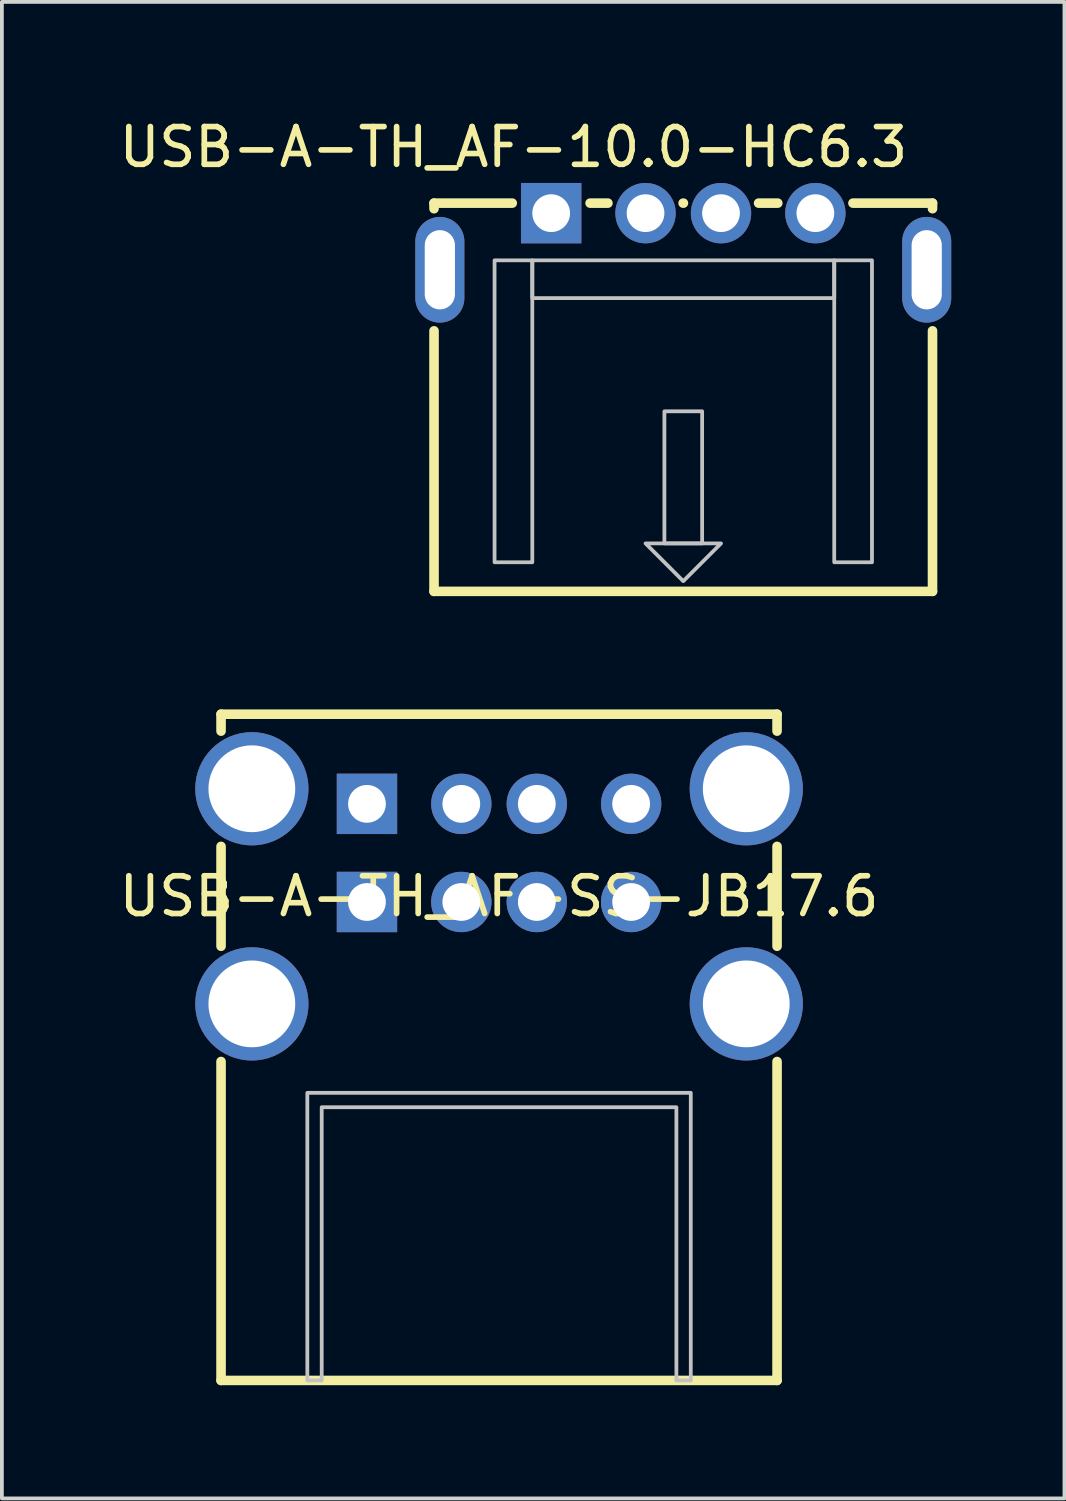
<source format=kicad_pcb>
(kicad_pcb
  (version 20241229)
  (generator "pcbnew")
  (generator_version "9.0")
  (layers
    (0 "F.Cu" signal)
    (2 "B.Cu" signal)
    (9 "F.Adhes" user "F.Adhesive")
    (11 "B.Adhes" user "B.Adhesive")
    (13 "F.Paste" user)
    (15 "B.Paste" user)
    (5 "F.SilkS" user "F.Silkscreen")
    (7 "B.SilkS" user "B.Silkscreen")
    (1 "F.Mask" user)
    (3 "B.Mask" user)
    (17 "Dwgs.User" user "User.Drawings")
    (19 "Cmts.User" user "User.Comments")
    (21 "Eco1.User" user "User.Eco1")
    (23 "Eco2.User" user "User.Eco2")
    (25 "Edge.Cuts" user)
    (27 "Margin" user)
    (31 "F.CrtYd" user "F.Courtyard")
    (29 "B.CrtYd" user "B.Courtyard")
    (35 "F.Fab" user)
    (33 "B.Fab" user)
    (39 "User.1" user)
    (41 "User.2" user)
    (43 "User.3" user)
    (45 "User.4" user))
  (footprint "USB-A-TH_AF-SS-JB17.6"
    (layer "F.Cu")
    (at 10.173 20.699)
    (property "Reference" "USB-A-TH_AF-SS-JB17.6" (at 0 0 0) (layer "F.SilkS") (effects (font (size 1 1) (thickness 0.15))))
    (fp_line (start -7.366 -4.826) (end 7.366 -4.826) (stroke (width 0.254) (type default)) (layer "F.SilkS"))
    (fp_line (start -7.366 -4.377) (end -7.366 -4.826) (stroke (width 0.254) (type default)) (layer "F.SilkS"))
    (fp_line (start -7.366 1.323) (end -7.366 -1.323) (stroke (width 0.254) (type default)) (layer "F.SilkS"))
    (fp_line (start -7.366 12.827) (end -7.366 4.377) (stroke (width 0.254) (type default)) (layer "F.SilkS"))
    (fp_line (start 7.366 -4.826) (end 7.366 -4.377) (stroke (width 0.254) (type default)) (layer "F.SilkS"))
    (fp_line (start 7.366 -1.323) (end 7.366 1.323) (stroke (width 0.254) (type default)) (layer "F.SilkS"))
    (fp_line (start 7.366 4.377) (end 7.366 12.827) (stroke (width 0.254) (type default)) (layer "F.SilkS"))
    (fp_line (start 7.366 12.827) (end -7.366 12.827) (stroke (width 0.254) (type default)) (layer "F.SilkS"))
    (fp_poly (pts (xy -5.08 12.827) (xy -5.08 5.207) (xy 5.08 5.207) (xy 5.08 12.827) (xy 4.699 12.827) (xy 4.699 5.588) (xy -4.699 5.588) (xy -4.699 12.827)) (stroke (width 0.1) (type default)) (fill no) (layer "Dwgs.User"))
    (fp_poly (pts (xy -6.7 -3.85) (xy -6.4 -3.85) (xy -6.4 -1.85) (xy -6.7 -1.85)) (stroke (width 0.1) (type default)) (fill no) (layer "User.1"))
    (fp_poly (pts (xy -6.7 1.85) (xy -6.4 1.85) (xy -6.4 3.85) (xy -6.7 3.85)) (stroke (width 0.1) (type default)) (fill no) (layer "User.1"))
    (fp_poly (pts (xy -3.8 -2.6) (xy -3.2 -2.6) (xy -3.2 -2.3) (xy -3.8 -2.3)) (stroke (width 0.1) (type default)) (fill no) (layer "User.1"))
    (fp_poly (pts (xy -3.8 0) (xy -3.2 0) (xy -3.2 0.3) (xy -3.8 0.3)) (stroke (width 0.1) (type default)) (fill no) (layer "User.1"))
    (fp_poly (pts (xy -1.3 -2.6) (xy -0.7 -2.6) (xy -0.7 -2.3) (xy -1.3 -2.3)) (stroke (width 0.1) (type default)) (fill no) (layer "User.1"))
    (fp_poly (pts (xy -1.3 0) (xy -0.7 0) (xy -0.7 0.3) (xy -1.3 0.3)) (stroke (width 0.1) (type default)) (fill no) (layer "User.1"))
    (fp_poly (pts (xy 0.7 -2.6) (xy 1.3 -2.6) (xy 1.3 -2.3) (xy 0.7 -2.3)) (stroke (width 0.1) (type default)) (fill no) (layer "User.1"))
    (fp_poly (pts (xy 0.7 0) (xy 1.3 0) (xy 1.3 0.3) (xy 0.7 0.3)) (stroke (width 0.1) (type default)) (fill no) (layer "User.1"))
    (fp_poly (pts (xy 3.2 -2.6) (xy 3.8 -2.6) (xy 3.8 -2.3) (xy 3.2 -2.3)) (stroke (width 0.1) (type default)) (fill no) (layer "User.1"))
    (fp_poly (pts (xy 3.2 0) (xy 3.8 0) (xy 3.8 0.3) (xy 3.2 0.3)) (stroke (width 0.1) (type default)) (fill no) (layer "User.1"))
    (fp_poly (pts (xy 6.4 -3.85) (xy 6.7 -3.85) (xy 6.7 -1.85) (xy 6.4 -1.85)) (stroke (width 0.1) (type default)) (fill no) (layer "User.1"))
    (fp_poly (pts (xy 6.4 1.85) (xy 6.7 1.85) (xy 6.7 3.85) (xy 6.4 3.85)) (stroke (width 0.1) (type default)) (fill no) (layer "User.1"))
    (fp_line (start -7.35 -4.75) (end 7.35 -4.75) (stroke (width 0.051) (type default)) (layer "User.2"))
    (fp_line (start -7.35 12.85) (end -7.35 -4.75) (stroke (width 0.051) (type default)) (layer "User.2"))
    (fp_line (start 7.35 -4.75) (end 7.35 12.85) (stroke (width 0.051) (type default)) (layer "User.2"))
    (fp_line (start 7.35 12.85) (end -7.35 12.85) (stroke (width 0.051) (type default)) (layer "User.2"))
    (fp_poly (pts (xy -7.29 -4.75) (xy -7.308 -4.792) (xy -7.35 -4.81) (xy -7.392 -4.792) (xy -7.41 -4.75) (xy -7.392 -4.708) (xy -7.35 -4.69) (xy -7.308 -4.708)) (stroke (width 0.1) (type default)) (fill no) (layer "User.3"))
    (pad "1" thru_hole rect (at -3.5 -2.45) (size 1.6 1.6) (drill 1) (layers "*.Cu" "*.Mask"))
    (pad "2" thru_hole circle (at -1 -2.45) (size 1.6 1.6) (drill 1) (layers "*.Cu" "*.Mask"))
    (pad "3" thru_hole circle (at 1 -2.45) (size 1.6 1.6) (drill 1) (layers "*.Cu" "*.Mask"))
    (pad "4" thru_hole circle (at 3.5 -2.45) (size 1.6 1.6) (drill 1) (layers "*.Cu" "*.Mask"))
    (pad "5" thru_hole rect (at -3.5 0.15) (size 1.6 1.6) (drill 1) (layers "*.Cu" "*.Mask"))
    (pad "6" thru_hole circle (at -1 0.15) (size 1.6 1.6) (drill 1) (layers "*.Cu" "*.Mask"))
    (pad "7" thru_hole circle (at 1 0.15) (size 1.6 1.6) (drill 1) (layers "*.Cu" "*.Mask"))
    (pad "8" thru_hole circle (at 3.5 0.15) (size 1.6 1.6) (drill 1) (layers "*.Cu" "*.Mask"))
    (pad "9" thru_hole circle (at -6.55 -2.85) (size 3 3) (drill 2.3) (layers "*.Cu" "*.Mask"))
    (pad "10" thru_hole circle (at 6.55 -2.85) (size 3 3) (drill 2.3) (layers "*.Cu" "*.Mask"))
    (pad "11" thru_hole circle (at -6.55 2.85) (size 3 3) (drill 2.3) (layers "*.Cu" "*.Mask"))
    (pad "12" thru_hole circle (at 6.55 2.85) (size 3 3) (drill 2.3) (layers "*.Cu" "*.Mask")))
  (footprint "USB-A-TH_AF-10.0-HC6.3"
    (layer "F.Cu")
    (at 15.054 3.348)
    (property "Reference" "USB-A-TH_AF-10.0-HC6.3" (at -4.5 -2.5 0) (layer "F.SilkS") (effects (font (size 1 1) (thickness 0.15))))
    (fp_line (start -6.604 -1.016) (end -4.531 -1.016) (stroke (width 0.254) (type default)) (layer "F.SilkS"))
    (fp_line (start -6.604 -0.868) (end -6.604 -1.016) (stroke (width 0.254) (type default)) (layer "F.SilkS"))
    (fp_line (start -6.604 9.271) (end -6.604 2.368) (stroke (width 0.254) (type default)) (layer "F.SilkS"))
    (fp_line (start -2.469 -1.016) (end -1.996 -1.016) (stroke (width 0.254) (type default)) (layer "F.SilkS"))
    (fp_line (start -0.004 -1.016) (end 0.004 -1.016) (stroke (width 0.254) (type default)) (layer "F.SilkS"))
    (fp_line (start 1.996 -1.016) (end 2.504 -1.016) (stroke (width 0.254) (type default)) (layer "F.SilkS"))
    (fp_line (start 4.496 -1.016) (end 6.604 -1.016) (stroke (width 0.254) (type default)) (layer "F.SilkS"))
    (fp_line (start 6.604 -1.016) (end 6.604 -0.868) (stroke (width 0.254) (type default)) (layer "F.SilkS"))
    (fp_line (start 6.604 2.368) (end 6.604 9.271) (stroke (width 0.254) (type default)) (layer "F.SilkS"))
    (fp_line (start 6.604 9.271) (end -6.604 9.271) (stroke (width 0.254) (type default)) (layer "F.SilkS"))
    (fp_poly (pts (xy -1 8) (xy 1 8) (xy 0 9)) (stroke (width 0.1) (type default)) (fill no) (layer "Dwgs.User"))
    (fp_poly (pts (xy -5 8.5) (xy -5 0.5) (xy -4 0.5) (xy -4 8.5)) (stroke (width 0.1) (type default)) (fill no) (layer "Dwgs.User"))
    (fp_poly (pts (xy -4 0.5) (xy 4 0.5) (xy 4 1.5) (xy -4 1.5)) (stroke (width 0.1) (type default)) (fill no) (layer "Dwgs.User"))
    (fp_poly (pts (xy 5 8.5) (xy 5 0.5) (xy 4 0.5) (xy 4 8.5)) (stroke (width 0.1) (type default)) (fill no) (layer "Dwgs.User"))
    (fp_poly (pts (xy 0 8) (xy -0.5 8) (xy -0.5 4.5) (xy 0.5 4.5) (xy 0.5 8)) (stroke (width 0.1) (type default)) (fill no) (layer "Dwgs.User"))
    (fp_poly (pts (xy -6.2 1.25) (xy -6.7 1.25) (xy -6.7 0.25) (xy -6.2 0.25)) (stroke (width 0.1) (type default)) (fill no) (layer "User.1"))
    (fp_poly (pts (xy -3.25 -0.6) (xy -3.75 -0.6) (xy -3.75 -0.9) (xy -3.25 -0.9)) (stroke (width 0.1) (type default)) (fill no) (layer "User.1"))
    (fp_poly (pts (xy -0.75 -0.6) (xy -1.25 -0.6) (xy -1.25 -0.9) (xy -0.75 -0.9)) (stroke (width 0.1) (type default)) (fill no) (layer "User.1"))
    (fp_poly (pts (xy 1.25 -0.6) (xy 0.75 -0.6) (xy 0.75 -0.9) (xy 1.25 -0.9)) (stroke (width 0.1) (type default)) (fill no) (layer "User.1"))
    (fp_poly (pts (xy 3.75 -0.6) (xy 3.25 -0.6) (xy 3.25 -0.9) (xy 3.75 -0.9)) (stroke (width 0.1) (type default)) (fill no) (layer "User.1"))
    (fp_poly (pts (xy 6.7 1.25) (xy 6.2 1.25) (xy 6.2 0.25) (xy 6.7 0.25)) (stroke (width 0.1) (type default)) (fill no) (layer "User.1"))
    (fp_line (start -6.6 -1) (end 6.6 -1) (stroke (width 0.051) (type default)) (layer "User.2"))
    (fp_line (start -6.6 9) (end -6.6 -1) (stroke (width 0.051) (type default)) (layer "User.2"))
    (fp_line (start 6.6 -1) (end 6.6 9) (stroke (width 0.051) (type default)) (layer "User.2"))
    (fp_line (start 6.6 9) (end -6.6 9) (stroke (width 0.051) (type default)) (layer "User.2"))
    (fp_poly (pts (xy -6.64 -1) (xy -6.658 -1.042) (xy -6.7 -1.06) (xy -6.742 -1.042) (xy -6.76 -1) (xy -6.742 -0.958) (xy -6.7 -0.94) (xy -6.658 -0.958)) (stroke (width 0.1) (type default)) (fill no) (layer "User.3"))
    (pad "1" thru_hole rect (at -3.5 -0.75 180) (size 1.6 1.6) (drill 1) (layers "*.Cu" "*.Mask"))
    (pad "2" thru_hole circle (at -1 -0.75 180) (size 1.6 1.6) (drill 1) (layers "*.Cu" "*.Mask"))
    (pad "3" thru_hole circle (at 1 -0.75 180) (size 1.6 1.6) (drill 1) (layers "*.Cu" "*.Mask"))
    (pad "4" thru_hole circle (at 3.5 -0.75 180) (size 1.6 1.6) (drill 1) (layers "*.Cu" "*.Mask"))
    (pad "5" thru_hole oval (at -6.45 0.75 180) (size 1.3 2.8) (drill oval 0.8 2.1) (layers "*.Cu" "*.Mask"))
    (pad "6" thru_hole oval (at 6.45 0.75 180) (size 1.3 2.8) (drill oval 0.8 2.1) (layers "*.Cu" "*.Mask")))
  (gr_rect
    (start -3 -3)
    (end 25.154 36.653)
    (stroke (width 0.1) (type default))
    (fill no)
    (layer "Edge.Cuts")))
</source>
